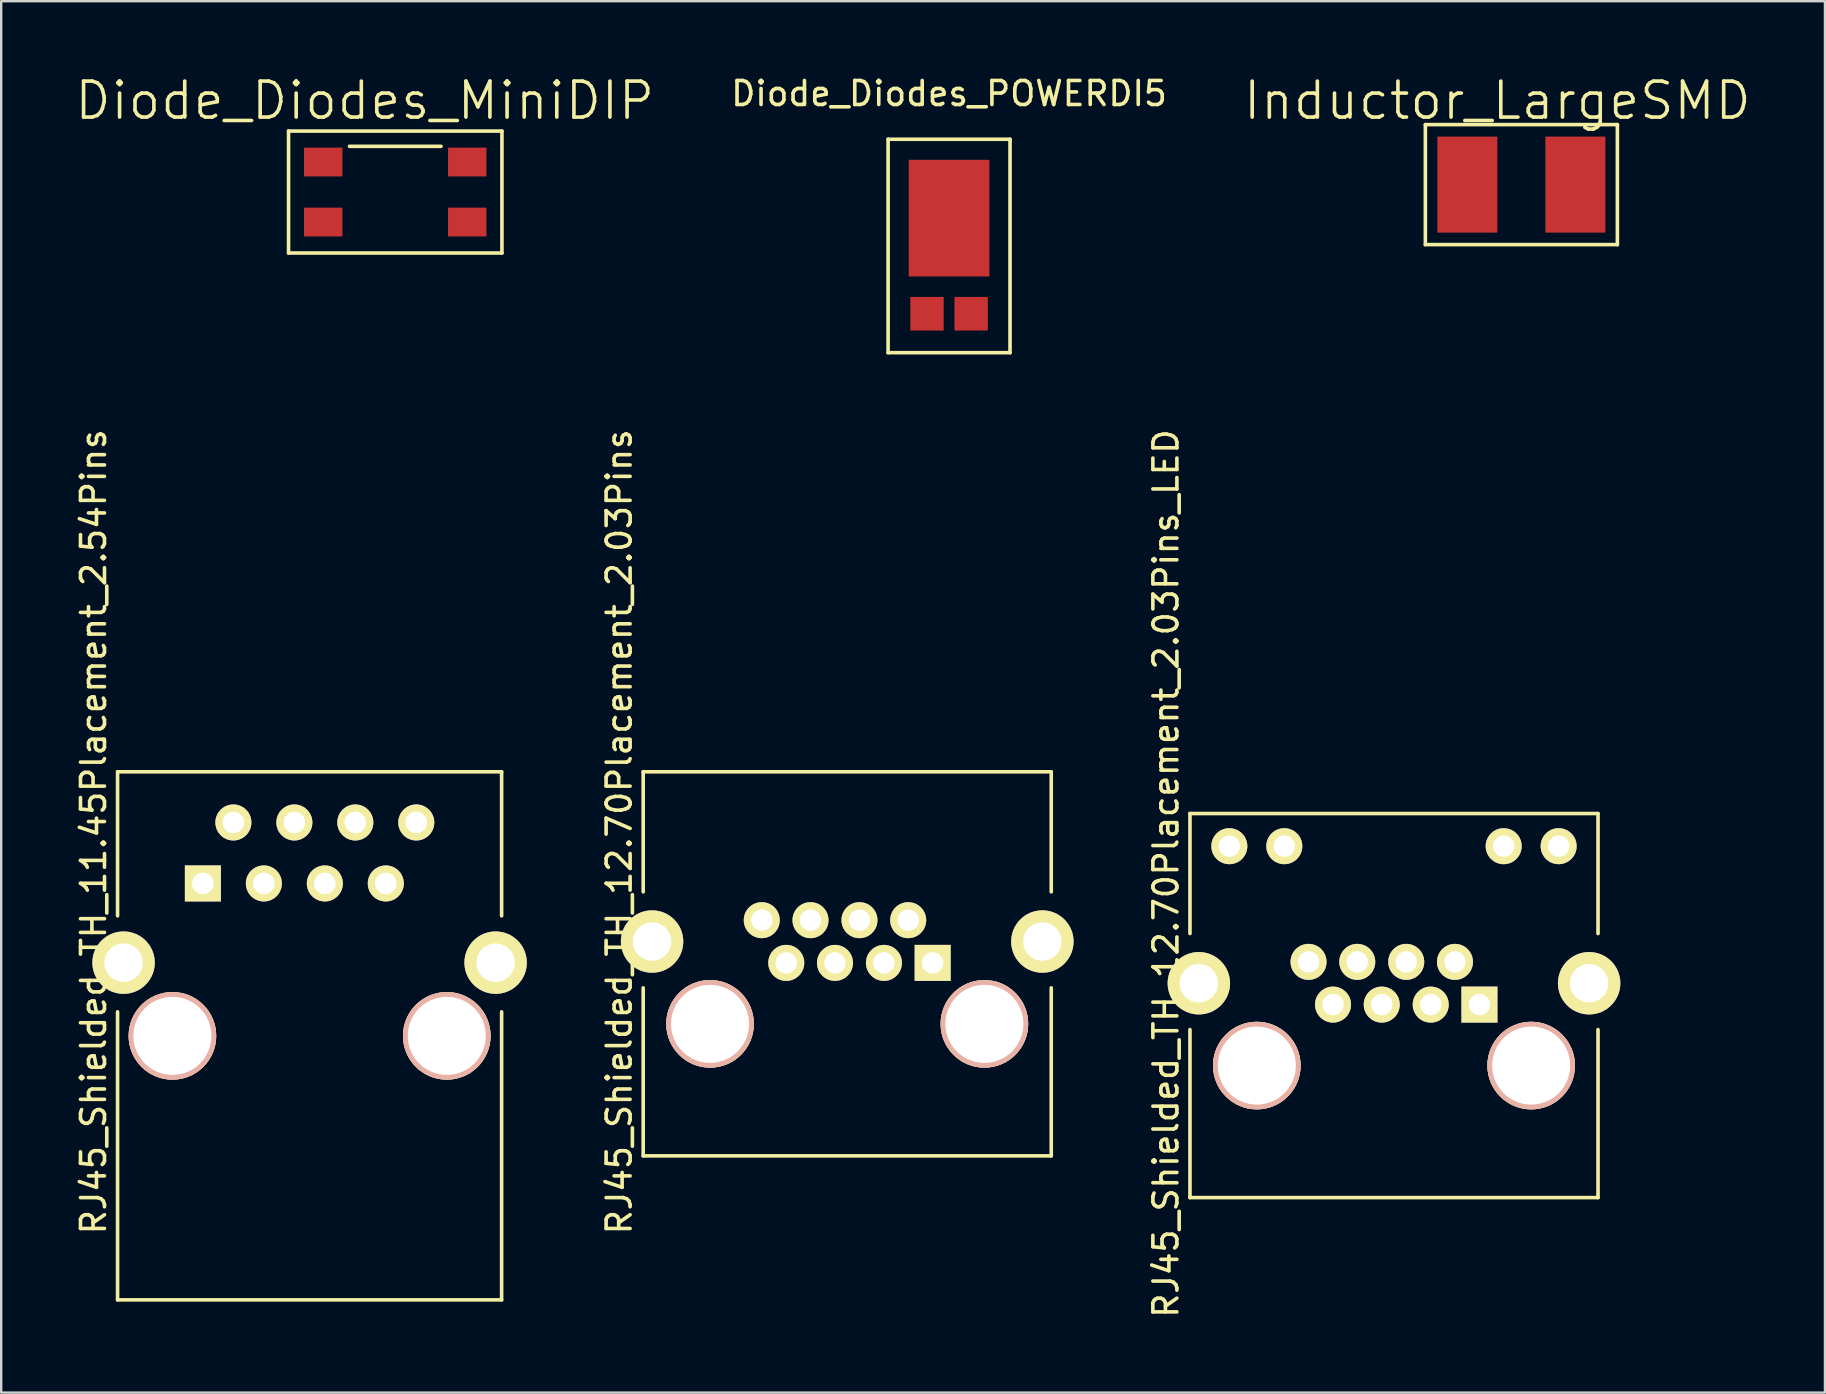
<source format=kicad_pcb>
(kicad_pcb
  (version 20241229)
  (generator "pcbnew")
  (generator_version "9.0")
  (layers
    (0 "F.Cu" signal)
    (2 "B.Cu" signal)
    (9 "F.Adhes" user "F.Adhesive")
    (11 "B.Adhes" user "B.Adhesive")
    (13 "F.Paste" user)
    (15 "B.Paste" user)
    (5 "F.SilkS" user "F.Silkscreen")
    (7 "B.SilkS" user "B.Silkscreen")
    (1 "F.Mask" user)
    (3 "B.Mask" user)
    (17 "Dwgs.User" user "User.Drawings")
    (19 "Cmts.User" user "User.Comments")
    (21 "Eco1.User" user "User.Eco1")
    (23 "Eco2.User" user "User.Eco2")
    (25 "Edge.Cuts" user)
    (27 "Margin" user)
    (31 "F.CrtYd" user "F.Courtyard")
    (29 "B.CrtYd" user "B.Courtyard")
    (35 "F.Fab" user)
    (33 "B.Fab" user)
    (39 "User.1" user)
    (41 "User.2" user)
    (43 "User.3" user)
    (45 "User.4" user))
  (footprint "RJ45_Shielded_TH_12.70Placement_2.03Pins"
    (layer "F.Cu")
    (at 32.246 39.605)
    (property "Reference" "RJ45_Shielded_TH_12.70Placement_2.03Pins" (at -9.5 -8 90) (layer "F.SilkS") (effects (font (size 1 1) (thickness 0.15))))
    (attr through_hole)
    (fp_line (start -8.5 -10.5) (end 8.5 -10.5) (stroke (width 0.15) (type solid)) (layer "F.SilkS"))
    (fp_line (start -8.5 -5.5) (end -8.5 -10.5) (stroke (width 0.15) (type solid)) (layer "F.SilkS"))
    (fp_line (start -8.5 5.5) (end -8.5 -1.5) (stroke (width 0.15) (type solid)) (layer "F.SilkS"))
    (fp_line (start -8.5 5.5) (end 8.5 5.5) (stroke (width 0.15) (type solid)) (layer "F.SilkS"))
    (fp_line (start 8.5 -10.5) (end 8.5 -5.5) (stroke (width 0.15) (type solid)) (layer "F.SilkS"))
    (fp_line (start 8.5 5.5) (end 8.5 -1.5) (stroke (width 0.15) (type solid)) (layer "F.SilkS"))
    (pad "" np_thru_hole circle (at -5.715 0) (size 3.65 3.65) (drill 3.25) (layers "*.Cu" "*.SilkS" "*.Mask"))
    (pad "" np_thru_hole circle (at 5.715 0) (size 3.65 3.65) (drill 3.25) (layers "*.Cu" "*.SilkS" "*.Mask"))
    (pad "1" thru_hole rect (at 3.56 -2.54) (size 1.5 1.5) (drill 0.89) (layers "*.Cu" "*.Mask" "F.SilkS"))
    (pad "2" thru_hole circle (at 2.54 -4.32) (size 1.5 1.5) (drill 0.89) (layers "*.Cu" "*.Mask" "F.SilkS"))
    (pad "3" thru_hole circle (at 1.53 -2.54) (size 1.5 1.5) (drill 0.89) (layers "*.Cu" "*.Mask" "F.SilkS"))
    (pad "4" thru_hole circle (at 0.51 -4.32) (size 1.5 1.5) (drill 0.89) (layers "*.Cu" "*.Mask" "F.SilkS"))
    (pad "5" thru_hole circle (at -0.51 -2.54) (size 1.5 1.5) (drill 0.89) (layers "*.Cu" "*.Mask" "F.SilkS"))
    (pad "6" thru_hole circle (at -1.53 -4.32) (size 1.5 1.5) (drill 0.89) (layers "*.Cu" "*.Mask" "F.SilkS"))
    (pad "7" thru_hole circle (at -2.54 -2.54) (size 1.5 1.5) (drill 0.89) (layers "*.Cu" "*.Mask" "F.SilkS"))
    (pad "8" thru_hole circle (at -3.56 -4.32) (size 1.5 1.5) (drill 0.89) (layers "*.Cu" "*.Mask" "F.SilkS"))
    (pad "9" thru_hole circle (at -8.13 -3.43) (size 2.6 2.6) (drill 1.6) (layers "*.Cu" "*.Mask" "F.SilkS"))
    (pad "9" thru_hole circle (at 8.13 -3.43) (size 2.6 2.6) (drill 1.6) (layers "*.Cu" "*.Mask" "F.SilkS")))
  (footprint "RJ45_Shielded_TH_11.45Placement_2.54Pins"
    (layer "F.Cu")
    (at 9.848 40.105)
    (property "Reference" "RJ45_Shielded_TH_11.45Placement_2.54Pins" (at -9 -8.5 90) (layer "F.SilkS") (effects (font (size 1 1) (thickness 0.15))))
    (attr through_hole)
    (fp_line (start -8 -11) (end 8 -11) (stroke (width 0.15) (type solid)) (layer "F.SilkS"))
    (fp_line (start -8 -5) (end -8 -11) (stroke (width 0.15) (type solid)) (layer "F.SilkS"))
    (fp_line (start -8 11) (end -8 -1) (stroke (width 0.15) (type solid)) (layer "F.SilkS"))
    (fp_line (start 8 -11) (end 8 -5) (stroke (width 0.15) (type solid)) (layer "F.SilkS"))
    (fp_line (start 8 11) (end -8 11) (stroke (width 0.15) (type solid)) (layer "F.SilkS"))
    (fp_line (start 8 11) (end 8 -1) (stroke (width 0.15) (type solid)) (layer "F.SilkS"))
    (pad "" np_thru_hole circle (at -5.715 0) (size 3.65 3.65) (drill 3.25) (layers "*.Cu" "*.SilkS" "*.Mask"))
    (pad "" np_thru_hole circle (at 5.715 0) (size 3.65 3.65) (drill 3.25) (layers "*.Cu" "*.SilkS" "*.Mask"))
    (pad "1" thru_hole rect (at -4.445 -6.35) (size 1.501 1.501) (drill 0.899) (layers "*.Cu" "*.Mask" "F.SilkS"))
    (pad "2" thru_hole circle (at -3.175 -8.89) (size 1.501 1.501) (drill 0.899) (layers "*.Cu" "*.Mask" "F.SilkS"))
    (pad "3" thru_hole circle (at -1.905 -6.35) (size 1.501 1.501) (drill 0.899) (layers "*.Cu" "*.Mask" "F.SilkS"))
    (pad "4" thru_hole circle (at -0.635 -8.89) (size 1.501 1.501) (drill 0.899) (layers "*.Cu" "*.Mask" "F.SilkS"))
    (pad "5" thru_hole circle (at 0.635 -6.35) (size 1.501 1.501) (drill 0.899) (layers "*.Cu" "*.Mask" "F.SilkS"))
    (pad "6" thru_hole circle (at 1.905 -8.89) (size 1.501 1.501) (drill 0.899) (layers "*.Cu" "*.Mask" "F.SilkS"))
    (pad "7" thru_hole circle (at 3.175 -6.35) (size 1.501 1.501) (drill 0.899) (layers "*.Cu" "*.Mask" "F.SilkS"))
    (pad "8" thru_hole circle (at 4.445 -8.89) (size 1.501 1.501) (drill 0.899) (layers "*.Cu" "*.Mask" "F.SilkS"))
    (pad "9" thru_hole circle (at -7.75 -3.05) (size 2.6 2.6) (drill 1.6) (layers "*.Cu" "*.Mask" "F.SilkS"))
    (pad "9" thru_hole circle (at 7.75 -3.05) (size 2.6 2.6) (drill 1.6) (layers "*.Cu" "*.Mask" "F.SilkS")))
  (footprint "Inductor_LargeSMD"
    (layer "F.Cu")
    (at 60.332 4.641)
    (property "Reference" "Inductor_LargeSMD" (at -1 -3.5 0) (layer "F.SilkS") (effects (font (size 1.5 1.5) (thickness 0.15))))
    (attr through_hole)
    (fp_line (start -4 -2.5) (end -4 2.5) (stroke (width 0.15) (type solid)) (layer "F.SilkS"))
    (fp_line (start -4 2.5) (end 4 2.5) (stroke (width 0.15) (type solid)) (layer "F.SilkS"))
    (fp_line (start 4 -2.5) (end -4 -2.5) (stroke (width 0.15) (type solid)) (layer "F.SilkS"))
    (fp_line (start 4 2.5) (end 4 -2.5) (stroke (width 0.15) (type solid)) (layer "F.SilkS"))
    (pad "1" smd rect (at -2.25 0) (size 2.5 4) (layers "F.Cu" "F.Mask" "F.Paste"))
    (pad "2" smd rect (at 2.25 0) (size 2.5 4) (layers "F.Cu" "F.Mask" "F.Paste")))
  (footprint "RJ45_Shielded_TH_12.70Placement_2.03Pins_LED"
    (layer "F.Cu")
    (at 55.025 41.343)
    (property "Reference" "RJ45_Shielded_TH_12.70Placement_2.03Pins_LED" (at -9.5 -8 90) (layer "F.SilkS") (effects (font (size 1 1) (thickness 0.15))))
    (attr through_hole)
    (fp_line (start -8.5 -10.5) (end 8.5 -10.5) (stroke (width 0.15) (type solid)) (layer "F.SilkS"))
    (fp_line (start -8.5 -5.5) (end -8.5 -10.5) (stroke (width 0.15) (type solid)) (layer "F.SilkS"))
    (fp_line (start -8.5 5.5) (end -8.5 -1.5) (stroke (width 0.15) (type solid)) (layer "F.SilkS"))
    (fp_line (start -8.5 5.5) (end 8.5 5.5) (stroke (width 0.15) (type solid)) (layer "F.SilkS"))
    (fp_line (start 8.5 -10.5) (end 8.5 -5.5) (stroke (width 0.15) (type solid)) (layer "F.SilkS"))
    (fp_line (start 8.5 5.5) (end 8.5 -1.5) (stroke (width 0.15) (type solid)) (layer "F.SilkS"))
    (pad "" np_thru_hole circle (at -5.715 0) (size 3.65 3.65) (drill 3.25) (layers "*.Cu" "*.SilkS" "*.Mask"))
    (pad "" np_thru_hole circle (at 5.715 0) (size 3.65 3.65) (drill 3.25) (layers "*.Cu" "*.SilkS" "*.Mask"))
    (pad "1" thru_hole rect (at 3.56 -2.54) (size 1.5 1.5) (drill 0.89) (layers "*.Cu" "*.Mask" "F.SilkS"))
    (pad "2" thru_hole circle (at 2.54 -4.32) (size 1.5 1.5) (drill 0.89) (layers "*.Cu" "*.Mask" "F.SilkS"))
    (pad "3" thru_hole circle (at 1.53 -2.54) (size 1.5 1.5) (drill 0.89) (layers "*.Cu" "*.Mask" "F.SilkS"))
    (pad "4" thru_hole circle (at 0.51 -4.32) (size 1.5 1.5) (drill 0.89) (layers "*.Cu" "*.Mask" "F.SilkS"))
    (pad "5" thru_hole circle (at -0.51 -2.54) (size 1.5 1.5) (drill 0.89) (layers "*.Cu" "*.Mask" "F.SilkS"))
    (pad "6" thru_hole circle (at -1.53 -4.32) (size 1.5 1.5) (drill 0.89) (layers "*.Cu" "*.Mask" "F.SilkS"))
    (pad "7" thru_hole circle (at -2.54 -2.54) (size 1.5 1.5) (drill 0.89) (layers "*.Cu" "*.Mask" "F.SilkS"))
    (pad "8" thru_hole circle (at -3.56 -4.32) (size 1.5 1.5) (drill 0.89) (layers "*.Cu" "*.Mask" "F.SilkS"))
    (pad "9" thru_hole circle (at 6.86 -9.14) (size 1.5 1.5) (drill 0.89) (layers "*.Cu" "*.Mask" "F.SilkS"))
    (pad "10" thru_hole circle (at 4.57 -9.14) (size 1.5 1.5) (drill 0.89) (layers "*.Cu" "*.Mask" "F.SilkS"))
    (pad "11" thru_hole circle (at -4.57 -9.14) (size 1.5 1.5) (drill 0.89) (layers "*.Cu" "*.Mask" "F.SilkS"))
    (pad "12" thru_hole circle (at -6.86 -9.14) (size 1.5 1.5) (drill 0.89) (layers "*.Cu" "*.Mask" "F.SilkS"))
    (pad "13" thru_hole circle (at -8.13 -3.43) (size 2.6 2.6) (drill 1.6) (layers "*.Cu" "*.Mask" "F.SilkS"))
    (pad "13" thru_hole circle (at 8.13 -3.43) (size 2.6 2.6) (drill 1.6) (layers "*.Cu" "*.Mask" "F.SilkS")))
  (footprint "Diode_Diodes_MiniDIP"
    (layer "F.Cu")
    (at 13.416 4.951)
    (property "Reference" "Diode_Diodes_MiniDIP" (at -1.27 -3.81 0) (layer "F.SilkS") (effects (font (size 1.5 1.5) (thickness 0.15))))
    (attr through_hole)
    (fp_line (start -4.445 -2.54) (end -4.445 2.54) (stroke (width 0.15) (type solid)) (layer "F.SilkS"))
    (fp_line (start -4.445 2.54) (end 4.445 2.54) (stroke (width 0.15) (type solid)) (layer "F.SilkS"))
    (fp_line (start -1.905 -1.905) (end 1.905 -1.905) (stroke (width 0.15) (type solid)) (layer "F.SilkS"))
    (fp_line (start 4.445 -2.54) (end -4.445 -2.54) (stroke (width 0.15) (type solid)) (layer "F.SilkS"))
    (fp_line (start 4.445 2.54) (end 4.445 -2.54) (stroke (width 0.15) (type solid)) (layer "F.SilkS"))
    (pad "1" smd rect (at -3 -1.25 90) (size 1.2 1.6) (layers "F.Cu" "F.Mask" "F.Paste"))
    (pad "2" smd rect (at -3 1.25 90) (size 1.2 1.6) (layers "F.Cu" "F.Mask" "F.Paste"))
    (pad "3" smd rect (at 3 1.25 90) (size 1.2 1.6) (layers "F.Cu" "F.Mask" "F.Paste"))
    (pad "4" smd rect (at 3 -1.25 90) (size 1.2 1.6) (layers "F.Cu" "F.Mask" "F.Paste")))
  (footprint "Diode_Diodes_POWERDI5"
    (layer "F.Cu")
    (at 36.489 8.468)
    (property "Reference" "Diode_Diodes_POWERDI5" (at 0 -7.62 0) (layer "F.SilkS") (effects (font (size 1 1) (thickness 0.15))))
    (attr through_hole)
    (fp_line (start -2.54 -5.715) (end 2.54 -5.715) (stroke (width 0.15) (type solid)) (layer "F.SilkS"))
    (fp_line (start -2.54 3.175) (end -2.54 -5.715) (stroke (width 0.15) (type solid)) (layer "F.SilkS"))
    (fp_line (start 2.54 -5.715) (end 2.54 3.175) (stroke (width 0.15) (type solid)) (layer "F.SilkS"))
    (fp_line (start 2.54 3.175) (end -2.54 3.175) (stroke (width 0.15) (type solid)) (layer "F.SilkS"))
    (pad "1" smd rect (at 0 -2.43) (size 3.36 4.86) (layers "F.Cu" "F.Mask" "F.Paste"))
    (pad "2" smd rect (at -0.92 1.552) (size 1.39 1.4) (layers "F.Cu" "F.Mask" "F.Paste"))
    (pad "2" smd rect (at 0.92 1.552) (size 1.39 1.4) (layers "F.Cu" "F.Mask" "F.Paste")))
  (gr_rect
    (start -3 -3)
    (end 72.979 54.968)
    (stroke (width 0.1) (type default))
    (fill no)
    (layer "Edge.Cuts")))
</source>
